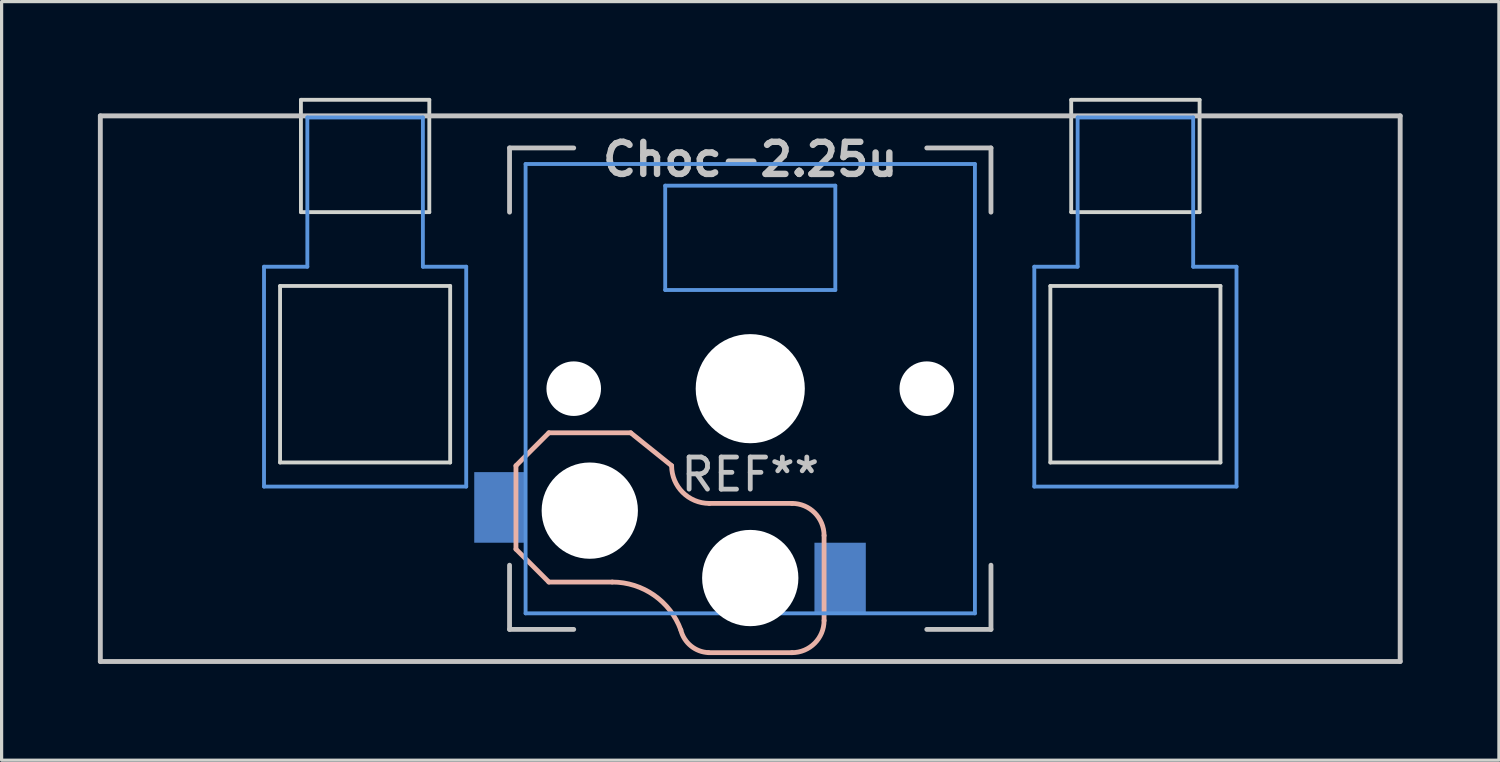
<source format=kicad_pcb>
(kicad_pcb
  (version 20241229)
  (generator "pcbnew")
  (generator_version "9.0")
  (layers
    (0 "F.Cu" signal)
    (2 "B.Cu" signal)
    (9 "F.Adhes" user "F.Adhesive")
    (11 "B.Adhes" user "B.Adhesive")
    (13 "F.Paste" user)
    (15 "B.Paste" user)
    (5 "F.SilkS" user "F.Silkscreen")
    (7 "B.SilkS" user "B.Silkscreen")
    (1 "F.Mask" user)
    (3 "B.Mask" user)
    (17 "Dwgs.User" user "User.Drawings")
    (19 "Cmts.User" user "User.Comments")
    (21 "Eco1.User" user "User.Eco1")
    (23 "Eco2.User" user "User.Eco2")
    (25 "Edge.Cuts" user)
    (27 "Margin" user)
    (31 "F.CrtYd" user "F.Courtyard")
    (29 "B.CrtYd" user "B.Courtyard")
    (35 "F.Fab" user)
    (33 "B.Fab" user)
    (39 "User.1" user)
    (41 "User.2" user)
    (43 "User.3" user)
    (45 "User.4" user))
  (footprint "Choc-2.25u"
    (layer "F.Cu")
    (at 20.326 9.06)
    (property "Reference" "Choc-2.25u" (at 0 -7.144 180) (layer "Dwgs.User") (effects (font (size 1 1) (thickness 0.2))))
    (attr smd)
    (fp_line (start -7.3 2.4) (end -7.3 5) (stroke (width 0.15) (type solid)) (layer "B.SilkS"))
    (fp_line (start -7.3 2.4) (end -6.275 1.375) (stroke (width 0.15) (type solid)) (layer "B.SilkS"))
    (fp_line (start -7.3 5) (end -6.275 6.025) (stroke (width 0.15) (type solid)) (layer "B.SilkS"))
    (fp_line (start -4.3 6.025) (end -6.275 6.025) (stroke (width 0.15) (type solid)) (layer "B.SilkS"))
    (fp_line (start -3.725 1.375) (end -6.275 1.375) (stroke (width 0.15) (type solid)) (layer "B.SilkS"))
    (fp_line (start -3.725 1.375) (end -2.45 2.4) (stroke (width 0.15) (type solid)) (layer "B.SilkS"))
    (fp_line (start 1.3 3.575) (end -1.275 3.575) (stroke (width 0.15) (type solid)) (layer "B.SilkS"))
    (fp_line (start 1.3 8.225) (end -1.3 8.225) (stroke (width 0.15) (type solid)) (layer "B.SilkS"))
    (fp_line (start 2.3 4.575) (end 2.3 7.225) (stroke (width 0.15) (type solid)) (layer "B.SilkS"))
    (fp_arc (start -4.3 6.025) (mid -2.995114 6.436429) (end -2.162199 7.521904) (stroke (width 0.15) (type solid)) (layer "B.SilkS"))
    (fp_arc (start -1.300995 8.223791) (mid -1.848284 8.016021) (end -2.162199 7.521904) (stroke (width 0.15) (type solid)) (layer "B.SilkS"))
    (fp_arc (start -1.275 3.575) (mid -2.10585 3.23085) (end -2.45 2.4) (stroke (width 0.15) (type solid)) (layer "B.SilkS"))
    (fp_arc (start 1.3 3.575) (mid 2.007107 3.867893) (end 2.3 4.575) (stroke (width 0.15) (type solid)) (layer "B.SilkS"))
    (fp_arc (start 2.3 7.225) (mid 2.007107 7.932107) (end 1.3 8.225) (stroke (width 0.15) (type solid)) (layer "B.SilkS"))
    (fp_line (start -20.25 -8.5) (end 20.25 -8.5) (stroke (width 0.152) (type solid)) (layer "Dwgs.User"))
    (fp_line (start -20.25 8.5) (end -20.25 -8.5) (stroke (width 0.152) (type solid)) (layer "Dwgs.User"))
    (fp_line (start -7.5 -7.5) (end -7.5 -5.5) (stroke (width 0.15) (type solid)) (layer "Dwgs.User"))
    (fp_line (start -7.5 7.5) (end -7.5 5.5) (stroke (width 0.15) (type solid)) (layer "Dwgs.User"))
    (fp_line (start -5.5 -7.5) (end -7.5 -7.5) (stroke (width 0.15) (type solid)) (layer "Dwgs.User"))
    (fp_line (start -5.5 7.5) (end -7.5 7.5) (stroke (width 0.15) (type solid)) (layer "Dwgs.User"))
    (fp_line (start 5.5 -7.5) (end 7.5 -7.5) (stroke (width 0.15) (type solid)) (layer "Dwgs.User"))
    (fp_line (start 5.5 7.5) (end 7.5 7.5) (stroke (width 0.15) (type solid)) (layer "Dwgs.User"))
    (fp_line (start 7.5 -7.5) (end 7.5 -5.5) (stroke (width 0.15) (type solid)) (layer "Dwgs.User"))
    (fp_line (start 7.5 7.5) (end 7.5 5.5) (stroke (width 0.15) (type solid)) (layer "Dwgs.User"))
    (fp_line (start 20.25 -8.5) (end 20.25 8.5) (stroke (width 0.152) (type solid)) (layer "Dwgs.User"))
    (fp_line (start 20.25 8.5) (end -20.25 8.5) (stroke (width 0.152) (type solid)) (layer "Dwgs.User"))
    (fp_line (start -15.15 -3.8) (end -13.8 -3.8) (stroke (width 0.12) (type solid)) (layer "Cmts.User"))
    (fp_line (start -15.15 3.05) (end -15.15 -3.8) (stroke (width 0.12) (type solid)) (layer "Cmts.User"))
    (fp_line (start -15.15 3.05) (end -8.85 3.05) (stroke (width 0.12) (type solid)) (layer "Cmts.User"))
    (fp_line (start -13.8 -8.45) (end -13.8 -3.8) (stroke (width 0.12) (type solid)) (layer "Cmts.User"))
    (fp_line (start -13.8 -8.45) (end -10.2 -8.45) (stroke (width 0.12) (type solid)) (layer "Cmts.User"))
    (fp_line (start -10.2 -8.45) (end -10.2 -3.8) (stroke (width 0.12) (type solid)) (layer "Cmts.User"))
    (fp_line (start -10.2 -3.8) (end -8.85 -3.8) (stroke (width 0.12) (type solid)) (layer "Cmts.User"))
    (fp_line (start -8.85 3.05) (end -8.85 -3.8) (stroke (width 0.12) (type solid)) (layer "Cmts.User"))
    (fp_line (start -7 -7) (end -7 7) (stroke (width 0.12) (type solid)) (layer "Cmts.User"))
    (fp_line (start -7 7) (end 7 7) (stroke (width 0.12) (type solid)) (layer "Cmts.User"))
    (fp_line (start -2.65 -6.325) (end 2.65 -6.325) (stroke (width 0.12) (type solid)) (layer "Cmts.User"))
    (fp_line (start -2.65 -3.075) (end -2.65 -6.325) (stroke (width 0.12) (type solid)) (layer "Cmts.User"))
    (fp_line (start 2.65 -6.325) (end 2.65 -3.075) (stroke (width 0.12) (type solid)) (layer "Cmts.User"))
    (fp_line (start 2.65 -3.075) (end -2.65 -3.075) (stroke (width 0.12) (type solid)) (layer "Cmts.User"))
    (fp_line (start 7 -7) (end -7 -7) (stroke (width 0.12) (type solid)) (layer "Cmts.User"))
    (fp_line (start 7 7) (end 7 -7) (stroke (width 0.12) (type solid)) (layer "Cmts.User"))
    (fp_line (start 8.85 -3.8) (end 10.2 -3.8) (stroke (width 0.12) (type solid)) (layer "Cmts.User"))
    (fp_line (start 8.85 3.05) (end 8.85 -3.8) (stroke (width 0.12) (type solid)) (layer "Cmts.User"))
    (fp_line (start 8.85 3.05) (end 15.15 3.05) (stroke (width 0.12) (type solid)) (layer "Cmts.User"))
    (fp_line (start 10.2 -8.45) (end 10.2 -3.8) (stroke (width 0.12) (type solid)) (layer "Cmts.User"))
    (fp_line (start 10.2 -8.45) (end 13.8 -8.45) (stroke (width 0.12) (type solid)) (layer "Cmts.User"))
    (fp_line (start 13.8 -8.45) (end 13.8 -3.8) (stroke (width 0.12) (type solid)) (layer "Cmts.User"))
    (fp_line (start 13.8 -3.8) (end 15.15 -3.8) (stroke (width 0.12) (type solid)) (layer "Cmts.User"))
    (fp_line (start 15.15 3.05) (end 15.15 -3.8) (stroke (width 0.12) (type solid)) (layer "Cmts.User"))
    (fp_line (start -14.65 -3.2) (end -14.65 2.3) (stroke (width 0.12) (type solid)) (layer "Edge.Cuts"))
    (fp_line (start -14.65 -3.2) (end -9.35 -3.2) (stroke (width 0.12) (type solid)) (layer "Edge.Cuts"))
    (fp_line (start -14.65 2.3) (end -9.35 2.3) (stroke (width 0.12) (type solid)) (layer "Edge.Cuts"))
    (fp_line (start -14 -9) (end -14 -5.5) (stroke (width 0.12) (type solid)) (layer "Edge.Cuts"))
    (fp_line (start -14 -9) (end -10 -9) (stroke (width 0.12) (type solid)) (layer "Edge.Cuts"))
    (fp_line (start -14 -5.5) (end -10 -5.5) (stroke (width 0.12) (type solid)) (layer "Edge.Cuts"))
    (fp_line (start -10 -5.5) (end -10 -9) (stroke (width 0.12) (type solid)) (layer "Edge.Cuts"))
    (fp_line (start -9.35 2.3) (end -9.35 -3.2) (stroke (width 0.12) (type solid)) (layer "Edge.Cuts"))
    (fp_line (start 9.35 -3.2) (end 9.35 2.3) (stroke (width 0.12) (type solid)) (layer "Edge.Cuts"))
    (fp_line (start 9.35 -3.2) (end 14.65 -3.2) (stroke (width 0.12) (type solid)) (layer "Edge.Cuts"))
    (fp_line (start 9.35 2.3) (end 14.65 2.3) (stroke (width 0.12) (type solid)) (layer "Edge.Cuts"))
    (fp_line (start 10 -9) (end 10 -5.5) (stroke (width 0.12) (type solid)) (layer "Edge.Cuts"))
    (fp_line (start 10 -9) (end 14 -9) (stroke (width 0.12) (type solid)) (layer "Edge.Cuts"))
    (fp_line (start 10 -5.5) (end 14 -5.5) (stroke (width 0.12) (type solid)) (layer "Edge.Cuts"))
    (fp_line (start 14 -5.5) (end 14 -9) (stroke (width 0.12) (type solid)) (layer "Edge.Cuts"))
    (fp_line (start 14.65 2.3) (end 14.65 -3.2) (stroke (width 0.12) (type solid)) (layer "Edge.Cuts"))
    (fp_text user "REF**" (at 0 2.675 0) (layer "Dwgs.User") (effects (font (size 1 1) (thickness 0.15))))
    (pad "" np_thru_hole circle (at -5.5 0 180) (size 1.7 1.7) (drill 1.7) (layers "*.Cu" "*.Mask"))
    (pad "" np_thru_hole circle (at -5 3.8 90) (size 3 3) (drill 3) (layers "*.Cu" "*.Mask"))
    (pad "" np_thru_hole circle (at 0 0 90) (size 3.4 3.4) (drill 3.4) (layers "*.Cu" "*.Mask"))
    (pad "" np_thru_hole circle (at 0 5.9 90) (size 3 3) (drill 3) (layers "*.Cu" "*.Mask"))
    (pad "" np_thru_hole circle (at 5.5 0 180) (size 1.7 1.7) (drill 1.7) (layers "*.Cu" "*.Mask"))
    (pad "1" smd rect (at -7.8 3.7 180) (size 1.6 2.2) (layers "B.Cu" "B.Mask" "B.Paste"))
    (pad "2" smd rect (at 2.8 5.9 180) (size 1.6 2.2) (layers "B.Cu" "B.Mask" "B.Paste")))
  (gr_rect
    (start -3 -3)
    (end 43.652 20.636)
    (stroke (width 0.1) (type default))
    (fill no)
    (layer "Edge.Cuts")))
</source>
